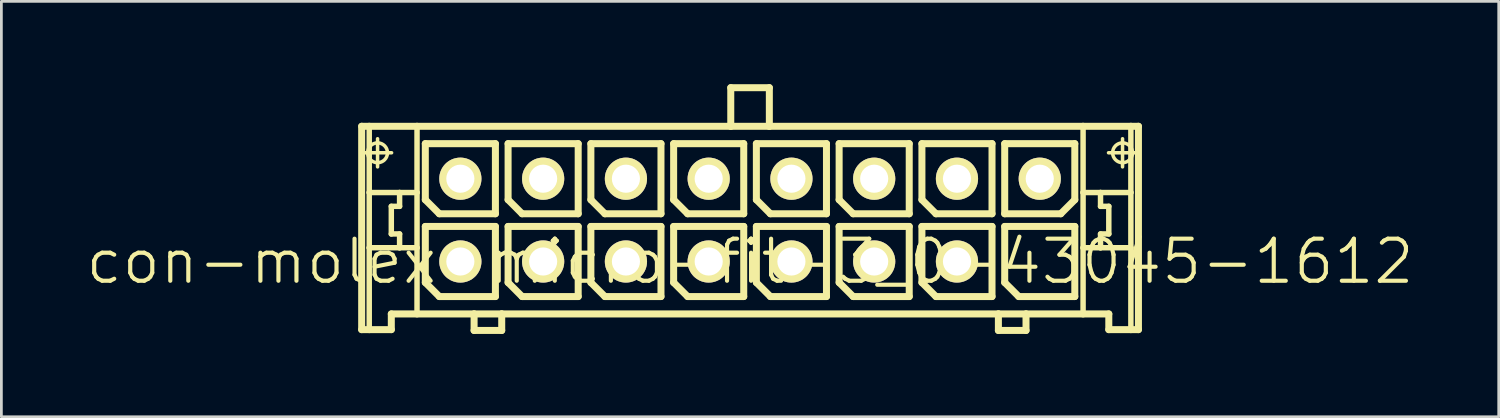
<source format=kicad_pcb>
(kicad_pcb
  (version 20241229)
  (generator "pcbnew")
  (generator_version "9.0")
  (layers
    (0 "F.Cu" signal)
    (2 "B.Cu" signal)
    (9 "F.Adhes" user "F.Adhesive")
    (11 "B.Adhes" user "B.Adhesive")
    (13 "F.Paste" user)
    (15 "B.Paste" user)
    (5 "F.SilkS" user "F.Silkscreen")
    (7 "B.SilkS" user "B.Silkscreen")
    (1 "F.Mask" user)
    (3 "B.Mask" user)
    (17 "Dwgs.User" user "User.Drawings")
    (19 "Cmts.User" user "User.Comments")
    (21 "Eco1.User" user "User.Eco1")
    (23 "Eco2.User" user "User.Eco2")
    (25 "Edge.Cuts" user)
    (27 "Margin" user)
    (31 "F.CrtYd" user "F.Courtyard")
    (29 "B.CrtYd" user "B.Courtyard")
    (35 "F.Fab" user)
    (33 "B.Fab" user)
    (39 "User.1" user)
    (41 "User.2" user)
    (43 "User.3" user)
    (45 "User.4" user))
  (footprint "con-molex-micro-fit-3_0-43045-1612"
    (layer "F.Cu")
    (at 24.13 6.426)
    (property "Reference" "con-molex-micro-fit-3_0-43045-1612" (at 0 0 0) (layer "F.SilkS") (effects (font (size 1.524 1.524) (thickness 0.15))))
    (attr exclude_from_pos_files exclude_from_bom)
    (fp_line (start -14.074 -4.9) (end -13.8 -4.9) (stroke (width 0.254) (type solid)) (layer "F.SilkS"))
    (fp_line (start -14.074 2.469) (end -14.074 -4.9) (stroke (width 0.254) (type solid)) (layer "F.SilkS"))
    (fp_line (start -14.008 -3.94) (end -12.99 -3.94) (stroke (width 0.127) (type solid)) (layer "F.SilkS"))
    (fp_line (start -13.8 -4.9) (end -12.068 -4.9) (stroke (width 0.254) (type solid)) (layer "F.SilkS"))
    (fp_line (start -13.8 -2.499) (end -13.8 -4.9) (stroke (width 0.198) (type solid)) (layer "F.SilkS"))
    (fp_line (start -13.8 -0.498) (end -13.8 -2.499) (stroke (width 0.198) (type solid)) (layer "F.SilkS"))
    (fp_line (start -13.8 2.469) (end -14.074 2.469) (stroke (width 0.254) (type solid)) (layer "F.SilkS"))
    (fp_line (start -13.8 2.469) (end -13.8 -0.498) (stroke (width 0.198) (type solid)) (layer "F.SilkS"))
    (fp_line (start -13.498 -3.429) (end -13.498 -4.448) (stroke (width 0.127) (type solid)) (layer "F.SilkS"))
    (fp_line (start -13 -1.999) (end -13 -0.998) (stroke (width 0.198) (type solid)) (layer "F.SilkS"))
    (fp_line (start -13 -0.998) (end -12.7 -0.998) (stroke (width 0.198) (type solid)) (layer "F.SilkS"))
    (fp_line (start -13 1.9) (end -13 2.469) (stroke (width 0.254) (type solid)) (layer "F.SilkS"))
    (fp_line (start -13 2.469) (end -13.8 2.469) (stroke (width 0.254) (type solid)) (layer "F.SilkS"))
    (fp_line (start -12.7 -2.499) (end -13.8 -2.499) (stroke (width 0.198) (type solid)) (layer "F.SilkS"))
    (fp_line (start -12.7 -2.499) (end -12.7 -1.999) (stroke (width 0.198) (type solid)) (layer "F.SilkS"))
    (fp_line (start -12.7 -1.999) (end -13 -1.999) (stroke (width 0.198) (type solid)) (layer "F.SilkS"))
    (fp_line (start -12.7 -0.998) (end -12.7 -0.498) (stroke (width 0.198) (type solid)) (layer "F.SilkS"))
    (fp_line (start -12.7 -0.498) (end -13.8 -0.498) (stroke (width 0.198) (type solid)) (layer "F.SilkS"))
    (fp_line (start -12.068 -4.9) (end -0.699 -4.9) (stroke (width 0.254) (type solid)) (layer "F.SilkS"))
    (fp_line (start -12.068 -2.499) (end -12.7 -2.499) (stroke (width 0.198) (type solid)) (layer "F.SilkS"))
    (fp_line (start -12.068 -2.499) (end -12.068 -4.9) (stroke (width 0.198) (type solid)) (layer "F.SilkS"))
    (fp_line (start -12.068 -0.498) (end -12.7 -0.498) (stroke (width 0.198) (type solid)) (layer "F.SilkS"))
    (fp_line (start -12.068 -0.498) (end -12.068 -2.499) (stroke (width 0.198) (type solid)) (layer "F.SilkS"))
    (fp_line (start -12.068 1.9) (end -13 1.9) (stroke (width 0.254) (type solid)) (layer "F.SilkS"))
    (fp_line (start -12.068 1.9) (end -12.068 -0.498) (stroke (width 0.198) (type solid)) (layer "F.SilkS"))
    (fp_line (start -11.768 -4.27) (end -9.228 -4.27) (stroke (width 0.254) (type solid)) (layer "F.SilkS"))
    (fp_line (start -11.768 -2.238) (end -11.768 -4.27) (stroke (width 0.254) (type solid)) (layer "F.SilkS"))
    (fp_line (start -11.768 -1.27) (end -9.228 -1.27) (stroke (width 0.254) (type solid)) (layer "F.SilkS"))
    (fp_line (start -11.768 0.762) (end -11.768 -1.27) (stroke (width 0.254) (type solid)) (layer "F.SilkS"))
    (fp_line (start -11.26 -1.73) (end -11.768 -2.238) (stroke (width 0.254) (type solid)) (layer "F.SilkS"))
    (fp_line (start -11.26 1.27) (end -11.768 0.762) (stroke (width 0.254) (type solid)) (layer "F.SilkS"))
    (fp_line (start -10 1.9) (end -12.068 1.9) (stroke (width 0.254) (type solid)) (layer "F.SilkS"))
    (fp_line (start -10 1.9) (end -10 2.499) (stroke (width 0.254) (type solid)) (layer "F.SilkS"))
    (fp_line (start -10 2.499) (end -8.999 2.499) (stroke (width 0.254) (type solid)) (layer "F.SilkS"))
    (fp_line (start -9.228 -4.27) (end -9.228 -1.73) (stroke (width 0.254) (type solid)) (layer "F.SilkS"))
    (fp_line (start -9.228 -1.73) (end -11.26 -1.73) (stroke (width 0.254) (type solid)) (layer "F.SilkS"))
    (fp_line (start -9.228 -1.27) (end -9.228 1.27) (stroke (width 0.254) (type solid)) (layer "F.SilkS"))
    (fp_line (start -9.228 1.27) (end -11.26 1.27) (stroke (width 0.254) (type solid)) (layer "F.SilkS"))
    (fp_line (start -8.999 1.9) (end -10 1.9) (stroke (width 0.254) (type solid)) (layer "F.SilkS"))
    (fp_line (start -8.999 2.499) (end -8.999 1.9) (stroke (width 0.254) (type solid)) (layer "F.SilkS"))
    (fp_line (start -8.768 -4.27) (end -6.228 -4.27) (stroke (width 0.254) (type solid)) (layer "F.SilkS"))
    (fp_line (start -8.768 -2.238) (end -8.768 -4.27) (stroke (width 0.254) (type solid)) (layer "F.SilkS"))
    (fp_line (start -8.768 -1.27) (end -6.228 -1.27) (stroke (width 0.254) (type solid)) (layer "F.SilkS"))
    (fp_line (start -8.768 0.762) (end -8.768 -1.27) (stroke (width 0.254) (type solid)) (layer "F.SilkS"))
    (fp_line (start -8.26 -1.73) (end -8.768 -2.238) (stroke (width 0.254) (type solid)) (layer "F.SilkS"))
    (fp_line (start -8.26 1.27) (end -8.768 0.762) (stroke (width 0.254) (type solid)) (layer "F.SilkS"))
    (fp_line (start -6.228 -4.27) (end -6.228 -1.73) (stroke (width 0.254) (type solid)) (layer "F.SilkS"))
    (fp_line (start -6.228 -1.73) (end -8.26 -1.73) (stroke (width 0.254) (type solid)) (layer "F.SilkS"))
    (fp_line (start -6.228 -1.27) (end -6.228 1.27) (stroke (width 0.254) (type solid)) (layer "F.SilkS"))
    (fp_line (start -6.228 1.27) (end -8.26 1.27) (stroke (width 0.254) (type solid)) (layer "F.SilkS"))
    (fp_line (start -5.768 -4.27) (end -3.228 -4.27) (stroke (width 0.254) (type solid)) (layer "F.SilkS"))
    (fp_line (start -5.768 -2.238) (end -5.768 -4.27) (stroke (width 0.254) (type solid)) (layer "F.SilkS"))
    (fp_line (start -5.768 -1.27) (end -3.228 -1.27) (stroke (width 0.254) (type solid)) (layer "F.SilkS"))
    (fp_line (start -5.768 0.762) (end -5.768 -1.27) (stroke (width 0.254) (type solid)) (layer "F.SilkS"))
    (fp_line (start -5.26 -1.73) (end -5.768 -2.238) (stroke (width 0.254) (type solid)) (layer "F.SilkS"))
    (fp_line (start -5.26 1.27) (end -5.768 0.762) (stroke (width 0.254) (type solid)) (layer "F.SilkS"))
    (fp_line (start -3.228 -4.27) (end -3.228 -1.73) (stroke (width 0.254) (type solid)) (layer "F.SilkS"))
    (fp_line (start -3.228 -1.73) (end -5.26 -1.73) (stroke (width 0.254) (type solid)) (layer "F.SilkS"))
    (fp_line (start -3.228 -1.27) (end -3.228 1.27) (stroke (width 0.254) (type solid)) (layer "F.SilkS"))
    (fp_line (start -3.228 1.27) (end -5.26 1.27) (stroke (width 0.254) (type solid)) (layer "F.SilkS"))
    (fp_line (start -2.769 -4.27) (end -0.229 -4.27) (stroke (width 0.254) (type solid)) (layer "F.SilkS"))
    (fp_line (start -2.769 -2.238) (end -2.769 -4.27) (stroke (width 0.254) (type solid)) (layer "F.SilkS"))
    (fp_line (start -2.769 -1.27) (end -0.229 -1.27) (stroke (width 0.254) (type solid)) (layer "F.SilkS"))
    (fp_line (start -2.769 0.762) (end -2.769 -1.27) (stroke (width 0.254) (type solid)) (layer "F.SilkS"))
    (fp_line (start -2.261 -1.73) (end -2.769 -2.238) (stroke (width 0.254) (type solid)) (layer "F.SilkS"))
    (fp_line (start -2.261 1.27) (end -2.769 0.762) (stroke (width 0.254) (type solid)) (layer "F.SilkS"))
    (fp_line (start -0.699 -6.299) (end -0.699 -4.9) (stroke (width 0.254) (type solid)) (layer "F.SilkS"))
    (fp_line (start -0.699 -6.299) (end 0.699 -6.299) (stroke (width 0.254) (type solid)) (layer "F.SilkS"))
    (fp_line (start -0.699 -4.9) (end 0.699 -4.9) (stroke (width 0.254) (type solid)) (layer "F.SilkS"))
    (fp_line (start -0.229 -4.27) (end -0.229 -1.73) (stroke (width 0.254) (type solid)) (layer "F.SilkS"))
    (fp_line (start -0.229 -1.73) (end -2.261 -1.73) (stroke (width 0.254) (type solid)) (layer "F.SilkS"))
    (fp_line (start -0.229 -1.27) (end -0.229 1.27) (stroke (width 0.254) (type solid)) (layer "F.SilkS"))
    (fp_line (start -0.229 1.27) (end -2.261 1.27) (stroke (width 0.254) (type solid)) (layer "F.SilkS"))
    (fp_line (start 0.229 -4.27) (end 2.769 -4.27) (stroke (width 0.254) (type solid)) (layer "F.SilkS"))
    (fp_line (start 0.229 -2.238) (end 0.229 -4.27) (stroke (width 0.254) (type solid)) (layer "F.SilkS"))
    (fp_line (start 0.229 -1.27) (end 2.769 -1.27) (stroke (width 0.254) (type solid)) (layer "F.SilkS"))
    (fp_line (start 0.229 0.762) (end 0.229 -1.27) (stroke (width 0.254) (type solid)) (layer "F.SilkS"))
    (fp_line (start 0.699 -6.299) (end 0.699 -4.9) (stroke (width 0.254) (type solid)) (layer "F.SilkS"))
    (fp_line (start 0.699 -4.9) (end 12.068 -4.9) (stroke (width 0.254) (type solid)) (layer "F.SilkS"))
    (fp_line (start 0.737 -1.73) (end 0.229 -2.238) (stroke (width 0.254) (type solid)) (layer "F.SilkS"))
    (fp_line (start 0.737 1.27) (end 0.229 0.762) (stroke (width 0.254) (type solid)) (layer "F.SilkS"))
    (fp_line (start 2.769 -4.27) (end 2.769 -1.73) (stroke (width 0.254) (type solid)) (layer "F.SilkS"))
    (fp_line (start 2.769 -1.73) (end 0.737 -1.73) (stroke (width 0.254) (type solid)) (layer "F.SilkS"))
    (fp_line (start 2.769 -1.27) (end 2.769 1.27) (stroke (width 0.254) (type solid)) (layer "F.SilkS"))
    (fp_line (start 2.769 1.27) (end 0.737 1.27) (stroke (width 0.254) (type solid)) (layer "F.SilkS"))
    (fp_line (start 3.228 -4.27) (end 5.768 -4.27) (stroke (width 0.254) (type solid)) (layer "F.SilkS"))
    (fp_line (start 3.228 -2.238) (end 3.228 -4.27) (stroke (width 0.254) (type solid)) (layer "F.SilkS"))
    (fp_line (start 3.228 -1.27) (end 5.768 -1.27) (stroke (width 0.254) (type solid)) (layer "F.SilkS"))
    (fp_line (start 3.228 0.762) (end 3.228 -1.27) (stroke (width 0.254) (type solid)) (layer "F.SilkS"))
    (fp_line (start 3.736 -1.73) (end 3.228 -2.238) (stroke (width 0.254) (type solid)) (layer "F.SilkS"))
    (fp_line (start 3.736 1.27) (end 3.228 0.762) (stroke (width 0.254) (type solid)) (layer "F.SilkS"))
    (fp_line (start 5.768 -4.27) (end 5.768 -1.73) (stroke (width 0.254) (type solid)) (layer "F.SilkS"))
    (fp_line (start 5.768 -1.73) (end 3.736 -1.73) (stroke (width 0.254) (type solid)) (layer "F.SilkS"))
    (fp_line (start 5.768 -1.27) (end 5.768 1.27) (stroke (width 0.254) (type solid)) (layer "F.SilkS"))
    (fp_line (start 5.768 1.27) (end 3.736 1.27) (stroke (width 0.254) (type solid)) (layer "F.SilkS"))
    (fp_line (start 6.228 -4.27) (end 8.768 -4.27) (stroke (width 0.254) (type solid)) (layer "F.SilkS"))
    (fp_line (start 6.228 -2.238) (end 6.228 -4.27) (stroke (width 0.254) (type solid)) (layer "F.SilkS"))
    (fp_line (start 6.228 -1.27) (end 8.768 -1.27) (stroke (width 0.254) (type solid)) (layer "F.SilkS"))
    (fp_line (start 6.228 0.762) (end 6.228 -1.27) (stroke (width 0.254) (type solid)) (layer "F.SilkS"))
    (fp_line (start 6.736 -1.73) (end 6.228 -2.238) (stroke (width 0.254) (type solid)) (layer "F.SilkS"))
    (fp_line (start 6.736 1.27) (end 6.228 0.762) (stroke (width 0.254) (type solid)) (layer "F.SilkS"))
    (fp_line (start 8.768 -4.27) (end 8.768 -1.73) (stroke (width 0.254) (type solid)) (layer "F.SilkS"))
    (fp_line (start 8.768 -1.73) (end 6.736 -1.73) (stroke (width 0.254) (type solid)) (layer "F.SilkS"))
    (fp_line (start 8.768 -1.27) (end 8.768 1.27) (stroke (width 0.254) (type solid)) (layer "F.SilkS"))
    (fp_line (start 8.768 1.27) (end 6.736 1.27) (stroke (width 0.254) (type solid)) (layer "F.SilkS"))
    (fp_line (start 8.999 1.9) (end -8.999 1.9) (stroke (width 0.254) (type solid)) (layer "F.SilkS"))
    (fp_line (start 8.999 1.9) (end 8.999 2.499) (stroke (width 0.254) (type solid)) (layer "F.SilkS"))
    (fp_line (start 8.999 2.499) (end 10 2.499) (stroke (width 0.254) (type solid)) (layer "F.SilkS"))
    (fp_line (start 9.228 -4.27) (end 9.228 -1.73) (stroke (width 0.254) (type solid)) (layer "F.SilkS"))
    (fp_line (start 9.228 -1.73) (end 11.26 -1.73) (stroke (width 0.254) (type solid)) (layer "F.SilkS"))
    (fp_line (start 9.228 -1.27) (end 11.768 -1.27) (stroke (width 0.254) (type solid)) (layer "F.SilkS"))
    (fp_line (start 9.228 0.762) (end 9.228 -1.27) (stroke (width 0.254) (type solid)) (layer "F.SilkS"))
    (fp_line (start 9.736 1.27) (end 9.228 0.762) (stroke (width 0.254) (type solid)) (layer "F.SilkS"))
    (fp_line (start 10 1.9) (end 8.999 1.9) (stroke (width 0.254) (type solid)) (layer "F.SilkS"))
    (fp_line (start 10 2.499) (end 10 1.9) (stroke (width 0.254) (type solid)) (layer "F.SilkS"))
    (fp_line (start 11.26 -1.73) (end 11.768 -2.238) (stroke (width 0.254) (type solid)) (layer "F.SilkS"))
    (fp_line (start 11.768 -4.27) (end 9.228 -4.27) (stroke (width 0.254) (type solid)) (layer "F.SilkS"))
    (fp_line (start 11.768 -2.238) (end 11.768 -4.27) (stroke (width 0.254) (type solid)) (layer "F.SilkS"))
    (fp_line (start 11.768 -1.27) (end 11.768 1.27) (stroke (width 0.254) (type solid)) (layer "F.SilkS"))
    (fp_line (start 11.768 1.27) (end 9.736 1.27) (stroke (width 0.254) (type solid)) (layer "F.SilkS"))
    (fp_line (start 12.068 -4.9) (end 12.068 -2.499) (stroke (width 0.198) (type solid)) (layer "F.SilkS"))
    (fp_line (start 12.068 -4.9) (end 13.8 -4.9) (stroke (width 0.254) (type solid)) (layer "F.SilkS"))
    (fp_line (start 12.068 -2.499) (end 12.068 -0.498) (stroke (width 0.198) (type solid)) (layer "F.SilkS"))
    (fp_line (start 12.068 -2.499) (end 12.7 -2.499) (stroke (width 0.198) (type solid)) (layer "F.SilkS"))
    (fp_line (start 12.068 -0.498) (end 12.068 1.9) (stroke (width 0.198) (type solid)) (layer "F.SilkS"))
    (fp_line (start 12.068 -0.498) (end 12.7 -0.498) (stroke (width 0.198) (type solid)) (layer "F.SilkS"))
    (fp_line (start 12.068 1.9) (end 10 1.9) (stroke (width 0.254) (type solid)) (layer "F.SilkS"))
    (fp_line (start 12.7 -2.499) (end 12.7 -1.999) (stroke (width 0.198) (type solid)) (layer "F.SilkS"))
    (fp_line (start 12.7 -2.499) (end 13.8 -2.499) (stroke (width 0.198) (type solid)) (layer "F.SilkS"))
    (fp_line (start 12.7 -1.999) (end 13 -1.999) (stroke (width 0.198) (type solid)) (layer "F.SilkS"))
    (fp_line (start 12.7 -0.998) (end 12.7 -0.498) (stroke (width 0.198) (type solid)) (layer "F.SilkS"))
    (fp_line (start 12.7 -0.498) (end 13.8 -0.498) (stroke (width 0.198) (type solid)) (layer "F.SilkS"))
    (fp_line (start 12.99 -3.94) (end 14.008 -3.94) (stroke (width 0.127) (type solid)) (layer "F.SilkS"))
    (fp_line (start 13 -1.999) (end 13 -0.998) (stroke (width 0.198) (type solid)) (layer "F.SilkS"))
    (fp_line (start 13 -0.998) (end 12.7 -0.998) (stroke (width 0.198) (type solid)) (layer "F.SilkS"))
    (fp_line (start 13 1.9) (end 12.068 1.9) (stroke (width 0.254) (type solid)) (layer "F.SilkS"))
    (fp_line (start 13 2.469) (end 13 1.9) (stroke (width 0.254) (type solid)) (layer "F.SilkS"))
    (fp_line (start 13 2.469) (end 13.8 2.469) (stroke (width 0.254) (type solid)) (layer "F.SilkS"))
    (fp_line (start 13.498 -3.429) (end 13.498 -4.448) (stroke (width 0.127) (type solid)) (layer "F.SilkS"))
    (fp_line (start 13.8 -4.9) (end 14.074 -4.9) (stroke (width 0.254) (type solid)) (layer "F.SilkS"))
    (fp_line (start 13.8 -2.499) (end 13.8 -4.9) (stroke (width 0.198) (type solid)) (layer "F.SilkS"))
    (fp_line (start 13.8 -0.498) (end 13.8 -2.499) (stroke (width 0.198) (type solid)) (layer "F.SilkS"))
    (fp_line (start 13.8 2.469) (end 13.8 -0.498) (stroke (width 0.198) (type solid)) (layer "F.SilkS"))
    (fp_line (start 13.8 2.469) (end 14.074 2.469) (stroke (width 0.254) (type solid)) (layer "F.SilkS"))
    (fp_line (start 14.074 -4.9) (end 14.074 2.469) (stroke (width 0.254) (type solid)) (layer "F.SilkS"))
    (fp_circle (center -13.498 -3.94) (end -13.752 -4.194) (stroke (width 0.127) (type solid)) (fill no) (layer "F.SilkS"))
    (fp_circle (center 13.498 -3.94) (end 13.752 -4.194) (stroke (width 0.127) (type solid)) (fill no) (layer "F.SilkS"))
    (pad "P$1" thru_hole rect (at 10.498 0) (size 0.001 0.001) (drill 1.019) (layers "*.Cu" "F.Mask" "F.SilkS" "F.Paste"))
    (pad "P$2" thru_hole circle (at 7.498 0) (size 1.529 1.529) (drill 1.019) (layers "*.Cu" "F.Mask" "F.SilkS" "F.Paste"))
    (pad "P$3" thru_hole circle (at 4.498 0) (size 1.529 1.529) (drill 1.019) (layers "*.Cu" "F.Mask" "F.SilkS" "F.Paste"))
    (pad "P$4" thru_hole circle (at 1.499 0) (size 1.529 1.529) (drill 1.019) (layers "*.Cu" "F.Mask" "F.SilkS" "F.Paste"))
    (pad "P$5" thru_hole circle (at -1.499 0) (size 1.529 1.529) (drill 1.019) (layers "*.Cu" "F.Mask" "F.SilkS" "F.Paste"))
    (pad "P$6" thru_hole circle (at -4.498 0) (size 1.529 1.529) (drill 1.019) (layers "*.Cu" "F.Mask" "F.SilkS" "F.Paste"))
    (pad "P$7" thru_hole circle (at -7.498 0) (size 1.529 1.529) (drill 1.019) (layers "*.Cu" "F.Mask" "F.SilkS" "F.Paste"))
    (pad "P$8" thru_hole circle (at -10.498 0) (size 1.529 1.529) (drill 1.019) (layers "*.Cu" "F.Mask" "F.SilkS" "F.Paste"))
    (pad "P$9" thru_hole circle (at 10.498 -3) (size 1.529 1.529) (drill 1.019) (layers "*.Cu" "F.Mask" "F.SilkS" "F.Paste"))
    (pad "P$10" thru_hole circle (at 7.498 -3) (size 1.529 1.529) (drill 1.019) (layers "*.Cu" "F.Mask" "F.SilkS" "F.Paste"))
    (pad "P$11" thru_hole circle (at 4.498 -3) (size 1.529 1.529) (drill 1.019) (layers "*.Cu" "F.Mask" "F.SilkS" "F.Paste"))
    (pad "P$12" thru_hole circle (at 1.499 -3) (size 1.529 1.529) (drill 1.019) (layers "*.Cu" "F.Mask" "F.SilkS" "F.Paste"))
    (pad "P$13" thru_hole circle (at -1.499 -3) (size 1.529 1.529) (drill 1.019) (layers "*.Cu" "F.Mask" "F.SilkS" "F.Paste"))
    (pad "P$14" thru_hole circle (at -4.498 -3) (size 1.529 1.529) (drill 1.019) (layers "*.Cu" "F.Mask" "F.SilkS" "F.Paste"))
    (pad "P$15" thru_hole circle (at -7.498 -3) (size 1.529 1.529) (drill 1.019) (layers "*.Cu" "F.Mask" "F.SilkS" "F.Paste"))
    (pad "P$16" thru_hole circle (at -10.498 -3) (size 1.529 1.529) (drill 1.019) (layers "*.Cu" "F.Mask" "F.SilkS" "F.Paste")))
  (gr_rect
    (start -3 -3)
    (end 51.26 12.053)
    (stroke (width 0.1) (type default))
    (fill no)
    (layer "Edge.Cuts")))
</source>
